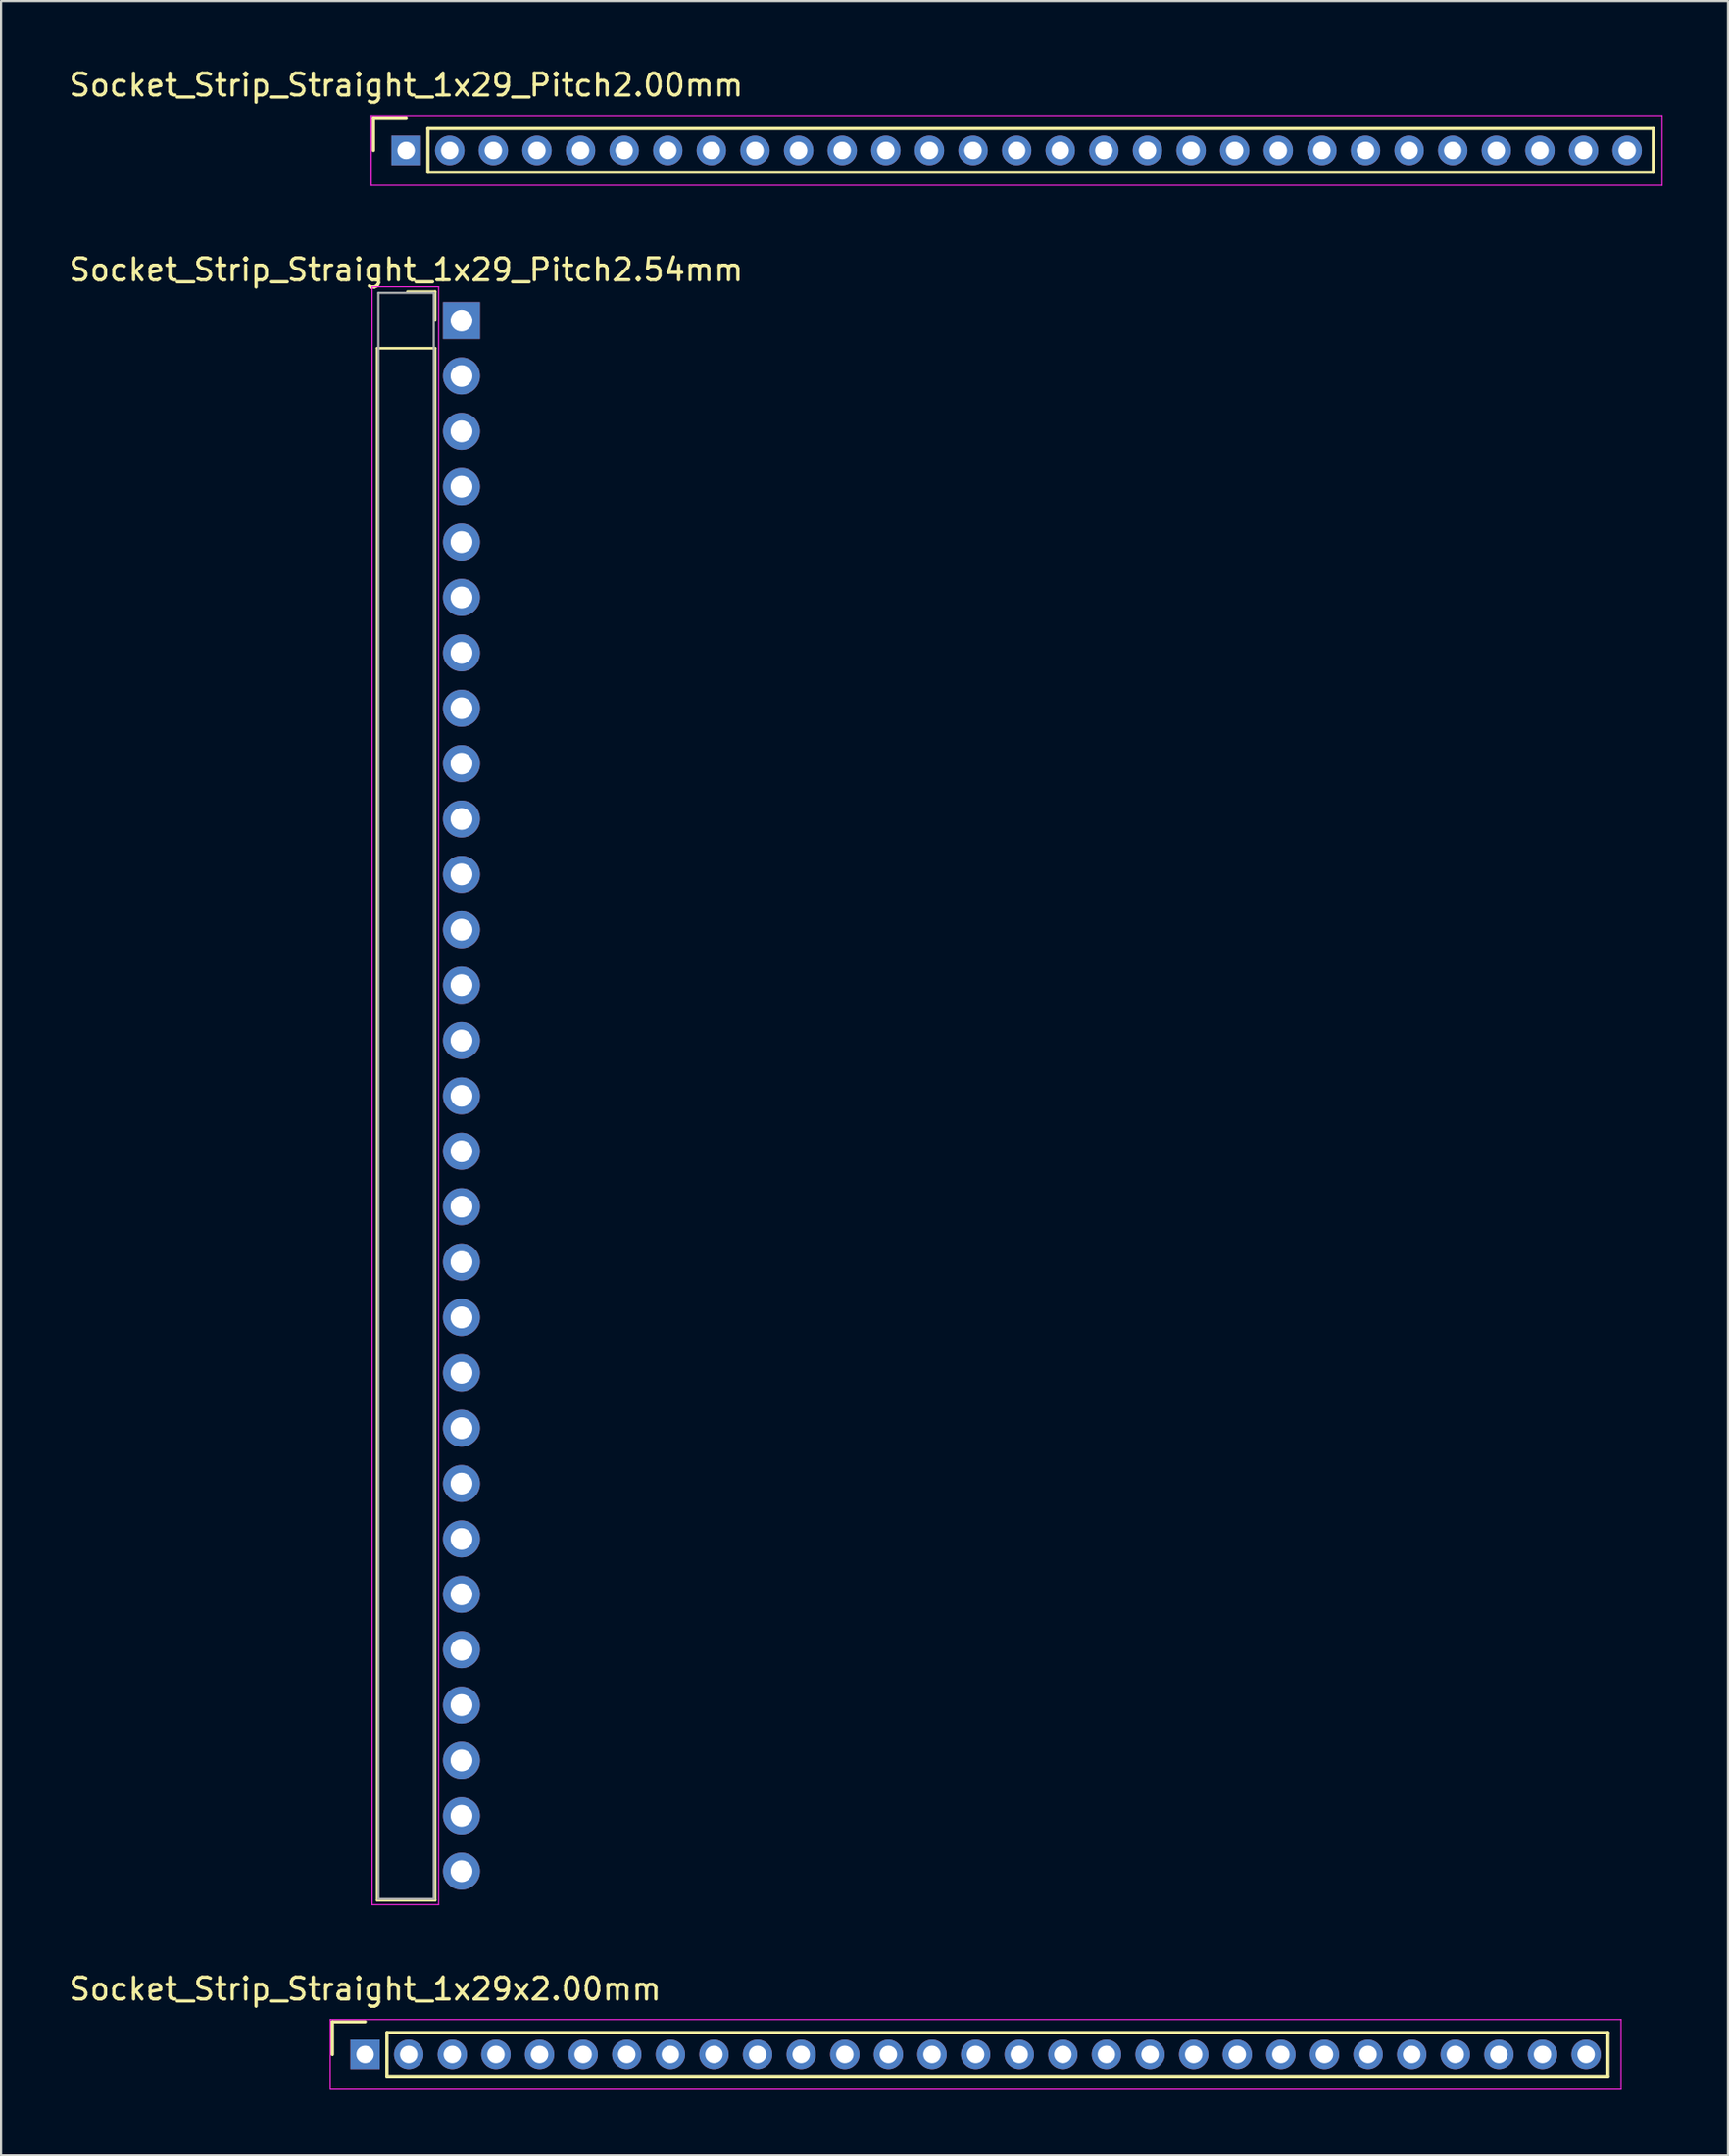
<source format=kicad_pcb>
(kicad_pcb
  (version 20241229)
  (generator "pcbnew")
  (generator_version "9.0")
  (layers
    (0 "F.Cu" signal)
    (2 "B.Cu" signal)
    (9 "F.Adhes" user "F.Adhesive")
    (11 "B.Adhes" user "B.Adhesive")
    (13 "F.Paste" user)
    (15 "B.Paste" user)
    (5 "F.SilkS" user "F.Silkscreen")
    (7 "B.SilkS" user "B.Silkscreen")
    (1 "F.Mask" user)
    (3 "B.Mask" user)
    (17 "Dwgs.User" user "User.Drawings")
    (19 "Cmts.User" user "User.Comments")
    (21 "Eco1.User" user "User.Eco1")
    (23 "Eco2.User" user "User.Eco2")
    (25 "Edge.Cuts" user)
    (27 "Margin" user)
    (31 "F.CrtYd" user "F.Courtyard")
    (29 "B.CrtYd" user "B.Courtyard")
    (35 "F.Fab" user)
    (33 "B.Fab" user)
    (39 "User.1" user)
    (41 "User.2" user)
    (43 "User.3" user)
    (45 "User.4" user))
  (footprint "Socket_Strip_Straight_1x29x2.00mm"
    (layer "F.Cu")
    (at 13.696 91.175)
    (property "Reference" "Socket_Strip_Straight_1x29x2.00mm" (at 0 -3 0) (layer "F.SilkS") (effects (font (size 1 1) (thickness 0.15))))
    (attr through_hole)
    (fp_line (start -1.5 -1.5) (end -1.5 0) (stroke (width 0.15) (type solid)) (layer "F.SilkS"))
    (fp_line (start 0 -1.5) (end -1.5 -1.5) (stroke (width 0.15) (type solid)) (layer "F.SilkS"))
    (fp_line (start 1 -1) (end 1 1) (stroke (width 0.15) (type solid)) (layer "F.SilkS"))
    (fp_line (start 1 1) (end 57 1) (stroke (width 0.15) (type solid)) (layer "F.SilkS"))
    (fp_line (start 57 -1) (end 1 -1) (stroke (width 0.15) (type solid)) (layer "F.SilkS"))
    (fp_line (start 57 1) (end 57 -1) (stroke (width 0.15) (type solid)) (layer "F.SilkS"))
    (fp_line (start -1.6 -1.6) (end -1.6 1.6) (stroke (width 0.05) (type solid)) (layer "F.CrtYd"))
    (fp_line (start -1.6 1.6) (end 57.6 1.6) (stroke (width 0.05) (type solid)) (layer "F.CrtYd"))
    (fp_line (start 57.6 -1.6) (end -1.6 -1.6) (stroke (width 0.05) (type solid)) (layer "F.CrtYd"))
    (fp_line (start 57.6 1.6) (end 57.6 -1.6) (stroke (width 0.05) (type solid)) (layer "F.CrtYd"))
    (pad "1" thru_hole rect (at 0 0) (size 1.35 1.35) (drill 0.8) (layers "*.Cu" "*.Mask"))
    (pad "2" thru_hole circle (at 2 0) (size 1.35 1.35) (drill 0.8) (layers "*.Cu" "*.Mask"))
    (pad "3" thru_hole circle (at 4 0) (size 1.35 1.35) (drill 0.8) (layers "*.Cu" "*.Mask"))
    (pad "4" thru_hole circle (at 6 0) (size 1.35 1.35) (drill 0.8) (layers "*.Cu" "*.Mask"))
    (pad "5" thru_hole circle (at 8 0) (size 1.35 1.35) (drill 0.8) (layers "*.Cu" "*.Mask"))
    (pad "6" thru_hole circle (at 10 0) (size 1.35 1.35) (drill 0.8) (layers "*.Cu" "*.Mask"))
    (pad "7" thru_hole circle (at 12 0) (size 1.35 1.35) (drill 0.8) (layers "*.Cu" "*.Mask"))
    (pad "8" thru_hole circle (at 14 0) (size 1.35 1.35) (drill 0.8) (layers "*.Cu" "*.Mask"))
    (pad "9" thru_hole circle (at 16 0) (size 1.35 1.35) (drill 0.8) (layers "*.Cu" "*.Mask"))
    (pad "10" thru_hole circle (at 18 0) (size 1.35 1.35) (drill 0.8) (layers "*.Cu" "*.Mask"))
    (pad "11" thru_hole circle (at 20 0) (size 1.35 1.35) (drill 0.8) (layers "*.Cu" "*.Mask"))
    (pad "12" thru_hole circle (at 22 0) (size 1.35 1.35) (drill 0.8) (layers "*.Cu" "*.Mask"))
    (pad "13" thru_hole circle (at 24 0) (size 1.35 1.35) (drill 0.8) (layers "*.Cu" "*.Mask"))
    (pad "14" thru_hole circle (at 26 0) (size 1.35 1.35) (drill 0.8) (layers "*.Cu" "*.Mask"))
    (pad "15" thru_hole circle (at 28 0) (size 1.35 1.35) (drill 0.8) (layers "*.Cu" "*.Mask"))
    (pad "16" thru_hole circle (at 30 0) (size 1.35 1.35) (drill 0.8) (layers "*.Cu" "*.Mask"))
    (pad "17" thru_hole circle (at 32 0) (size 1.35 1.35) (drill 0.8) (layers "*.Cu" "*.Mask"))
    (pad "18" thru_hole circle (at 34 0) (size 1.35 1.35) (drill 0.8) (layers "*.Cu" "*.Mask"))
    (pad "19" thru_hole circle (at 36 0) (size 1.35 1.35) (drill 0.8) (layers "*.Cu" "*.Mask"))
    (pad "20" thru_hole circle (at 38 0) (size 1.35 1.35) (drill 0.8) (layers "*.Cu" "*.Mask"))
    (pad "21" thru_hole circle (at 40 0) (size 1.35 1.35) (drill 0.8) (layers "*.Cu" "*.Mask"))
    (pad "22" thru_hole circle (at 42 0) (size 1.35 1.35) (drill 0.8) (layers "*.Cu" "*.Mask"))
    (pad "23" thru_hole circle (at 44 0) (size 1.35 1.35) (drill 0.8) (layers "*.Cu" "*.Mask"))
    (pad "24" thru_hole circle (at 46 0) (size 1.35 1.35) (drill 0.8) (layers "*.Cu" "*.Mask"))
    (pad "25" thru_hole circle (at 48 0) (size 1.35 1.35) (drill 0.8) (layers "*.Cu" "*.Mask"))
    (pad "26" thru_hole circle (at 50 0) (size 1.35 1.35) (drill 0.8) (layers "*.Cu" "*.Mask"))
    (pad "27" thru_hole circle (at 52 0) (size 1.35 1.35) (drill 0.8) (layers "*.Cu" "*.Mask"))
    (pad "28" thru_hole circle (at 54 0) (size 1.35 1.35) (drill 0.8) (layers "*.Cu" "*.Mask"))
    (pad "29" thru_hole circle (at 56 0) (size 1.35 1.35) (drill 0.8) (layers "*.Cu" "*.Mask")))
  (footprint "Socket_Strip_Straight_1x29_Pitch2.00mm"
    (layer "F.Cu")
    (at 15.577 3.848)
    (property "Reference" "Socket_Strip_Straight_1x29_Pitch2.00mm" (at 0 -3 0) (layer "F.SilkS") (effects (font (size 1 1) (thickness 0.15))))
    (attr through_hole)
    (fp_line (start -1.5 -1.5) (end -1.5 0) (stroke (width 0.15) (type solid)) (layer "F.SilkS"))
    (fp_line (start 0 -1.5) (end -1.5 -1.5) (stroke (width 0.15) (type solid)) (layer "F.SilkS"))
    (fp_line (start 1 -1) (end 1 1) (stroke (width 0.15) (type solid)) (layer "F.SilkS"))
    (fp_line (start 1 1) (end 57.2 1) (stroke (width 0.15) (type solid)) (layer "F.SilkS"))
    (fp_line (start 57.2 -1) (end 1 -1) (stroke (width 0.15) (type solid)) (layer "F.SilkS"))
    (fp_line (start 57.2 1) (end 57.2 -1) (stroke (width 0.15) (type solid)) (layer "F.SilkS"))
    (fp_line (start -1.6 -1.6) (end -1.6 1.6) (stroke (width 0.05) (type solid)) (layer "F.CrtYd"))
    (fp_line (start -1.6 1.6) (end 57.6 1.6) (stroke (width 0.05) (type solid)) (layer "F.CrtYd"))
    (fp_line (start 57.6 -1.6) (end -1.6 -1.6) (stroke (width 0.05) (type solid)) (layer "F.CrtYd"))
    (fp_line (start 57.6 1.6) (end 57.6 -1.6) (stroke (width 0.05) (type solid)) (layer "F.CrtYd"))
    (pad "1" thru_hole rect (at 0 0) (size 1.35 1.35) (drill 0.8) (layers "*.Cu" "*.Mask"))
    (pad "2" thru_hole circle (at 2 0) (size 1.35 1.35) (drill 0.8) (layers "*.Cu" "*.Mask"))
    (pad "3" thru_hole circle (at 4 0) (size 1.35 1.35) (drill 0.8) (layers "*.Cu" "*.Mask"))
    (pad "4" thru_hole circle (at 6 0) (size 1.35 1.35) (drill 0.8) (layers "*.Cu" "*.Mask"))
    (pad "5" thru_hole circle (at 8 0) (size 1.35 1.35) (drill 0.8) (layers "*.Cu" "*.Mask"))
    (pad "6" thru_hole circle (at 10 0) (size 1.35 1.35) (drill 0.8) (layers "*.Cu" "*.Mask"))
    (pad "7" thru_hole circle (at 12 0) (size 1.35 1.35) (drill 0.8) (layers "*.Cu" "*.Mask"))
    (pad "8" thru_hole circle (at 14 0) (size 1.35 1.35) (drill 0.8) (layers "*.Cu" "*.Mask"))
    (pad "9" thru_hole circle (at 16 0) (size 1.35 1.35) (drill 0.8) (layers "*.Cu" "*.Mask"))
    (pad "10" thru_hole circle (at 18 0) (size 1.35 1.35) (drill 0.8) (layers "*.Cu" "*.Mask"))
    (pad "11" thru_hole circle (at 20 0) (size 1.35 1.35) (drill 0.8) (layers "*.Cu" "*.Mask"))
    (pad "12" thru_hole circle (at 22 0) (size 1.35 1.35) (drill 0.8) (layers "*.Cu" "*.Mask"))
    (pad "13" thru_hole circle (at 24 0) (size 1.35 1.35) (drill 0.8) (layers "*.Cu" "*.Mask"))
    (pad "14" thru_hole circle (at 26 0) (size 1.35 1.35) (drill 0.8) (layers "*.Cu" "*.Mask"))
    (pad "15" thru_hole circle (at 28 0) (size 1.35 1.35) (drill 0.8) (layers "*.Cu" "*.Mask"))
    (pad "16" thru_hole circle (at 30 0) (size 1.35 1.35) (drill 0.8) (layers "*.Cu" "*.Mask"))
    (pad "17" thru_hole circle (at 32 0) (size 1.35 1.35) (drill 0.8) (layers "*.Cu" "*.Mask"))
    (pad "18" thru_hole circle (at 34 0) (size 1.35 1.35) (drill 0.8) (layers "*.Cu" "*.Mask"))
    (pad "19" thru_hole circle (at 36 0) (size 1.35 1.35) (drill 0.8) (layers "*.Cu" "*.Mask"))
    (pad "20" thru_hole circle (at 38 0) (size 1.35 1.35) (drill 0.8) (layers "*.Cu" "*.Mask"))
    (pad "21" thru_hole circle (at 40 0) (size 1.35 1.35) (drill 0.8) (layers "*.Cu" "*.Mask"))
    (pad "22" thru_hole circle (at 42 0) (size 1.35 1.35) (drill 0.8) (layers "*.Cu" "*.Mask"))
    (pad "23" thru_hole circle (at 44 0) (size 1.35 1.35) (drill 0.8) (layers "*.Cu" "*.Mask"))
    (pad "24" thru_hole circle (at 46 0) (size 1.35 1.35) (drill 0.8) (layers "*.Cu" "*.Mask"))
    (pad "25" thru_hole circle (at 48 0) (size 1.35 1.35) (drill 0.8) (layers "*.Cu" "*.Mask"))
    (pad "26" thru_hole circle (at 50 0) (size 1.35 1.35) (drill 0.8) (layers "*.Cu" "*.Mask"))
    (pad "27" thru_hole circle (at 52 0) (size 1.35 1.35) (drill 0.8) (layers "*.Cu" "*.Mask"))
    (pad "28" thru_hole circle (at 54 0) (size 1.35 1.35) (drill 0.8) (layers "*.Cu" "*.Mask"))
    (pad "29" thru_hole circle (at 56 0) (size 1.35 1.35) (drill 0.8) (layers "*.Cu" "*.Mask")))
  (footprint "Socket_Strip_Straight_1x29_Pitch2.54mm"
    (layer "F.Cu")
    (at 18.117 11.652)
    (property "Reference" "Socket_Strip_Straight_1x29_Pitch2.54mm" (at -2.54 -2.33 0) (layer "F.SilkS") (effects (font (size 1 1) (thickness 0.15))))
    (attr through_hole)
    (fp_line (start -3.87 1.27) (end -3.87 72.45) (stroke (width 0.12) (type solid)) (layer "F.SilkS"))
    (fp_line (start -3.87 72.45) (end -1.21 72.45) (stroke (width 0.12) (type solid)) (layer "F.SilkS"))
    (fp_line (start -1.21 -1.33) (end -2.48 -1.33) (stroke (width 0.12) (type solid)) (layer "F.SilkS"))
    (fp_line (start -1.21 0) (end -1.21 -1.33) (stroke (width 0.12) (type solid)) (layer "F.SilkS"))
    (fp_line (start -1.21 1.27) (end -3.87 1.27) (stroke (width 0.12) (type solid)) (layer "F.SilkS"))
    (fp_line (start -1.21 72.45) (end -1.21 1.27) (stroke (width 0.12) (type solid)) (layer "F.SilkS"))
    (fp_line (start -4.1 -1.55) (end -4.1 72.65) (stroke (width 0.05) (type solid)) (layer "F.CrtYd"))
    (fp_line (start -4.1 72.65) (end -1.05 72.65) (stroke (width 0.05) (type solid)) (layer "F.CrtYd"))
    (fp_line (start -1.05 -1.55) (end -4.1 -1.55) (stroke (width 0.05) (type solid)) (layer "F.CrtYd"))
    (fp_line (start -1.05 72.65) (end -1.05 -1.55) (stroke (width 0.05) (type solid)) (layer "F.CrtYd"))
    (fp_line (start -3.81 -1.27) (end -3.81 72.39) (stroke (width 0.1) (type solid)) (layer "F.Fab"))
    (fp_line (start -3.81 72.39) (end -1.27 72.39) (stroke (width 0.1) (type solid)) (layer "F.Fab"))
    (fp_line (start -1.27 -1.27) (end -3.81 -1.27) (stroke (width 0.1) (type solid)) (layer "F.Fab"))
    (fp_line (start -1.27 72.39) (end -1.27 -1.27) (stroke (width 0.1) (type solid)) (layer "F.Fab"))
    (pad "1" thru_hole rect (at 0 0) (size 1.7 1.7) (drill 1) (layers "*.Cu" "*.Mask"))
    (pad "2" thru_hole oval (at 0 2.54) (size 1.7 1.7) (drill 1) (layers "*.Cu" "*.Mask"))
    (pad "3" thru_hole oval (at 0 5.08) (size 1.7 1.7) (drill 1) (layers "*.Cu" "*.Mask"))
    (pad "4" thru_hole oval (at 0 7.62) (size 1.7 1.7) (drill 1) (layers "*.Cu" "*.Mask"))
    (pad "5" thru_hole oval (at 0 10.16) (size 1.7 1.7) (drill 1) (layers "*.Cu" "*.Mask"))
    (pad "6" thru_hole oval (at 0 12.7) (size 1.7 1.7) (drill 1) (layers "*.Cu" "*.Mask"))
    (pad "7" thru_hole oval (at 0 15.24) (size 1.7 1.7) (drill 1) (layers "*.Cu" "*.Mask"))
    (pad "8" thru_hole oval (at 0 17.78) (size 1.7 1.7) (drill 1) (layers "*.Cu" "*.Mask"))
    (pad "9" thru_hole oval (at 0 20.32) (size 1.7 1.7) (drill 1) (layers "*.Cu" "*.Mask"))
    (pad "10" thru_hole oval (at 0 22.86) (size 1.7 1.7) (drill 1) (layers "*.Cu" "*.Mask"))
    (pad "11" thru_hole oval (at 0 25.4) (size 1.7 1.7) (drill 1) (layers "*.Cu" "*.Mask"))
    (pad "12" thru_hole oval (at 0 27.94) (size 1.7 1.7) (drill 1) (layers "*.Cu" "*.Mask"))
    (pad "13" thru_hole oval (at 0 30.48) (size 1.7 1.7) (drill 1) (layers "*.Cu" "*.Mask"))
    (pad "14" thru_hole oval (at 0 33.02) (size 1.7 1.7) (drill 1) (layers "*.Cu" "*.Mask"))
    (pad "15" thru_hole oval (at 0 35.56) (size 1.7 1.7) (drill 1) (layers "*.Cu" "*.Mask"))
    (pad "16" thru_hole oval (at 0 38.1) (size 1.7 1.7) (drill 1) (layers "*.Cu" "*.Mask"))
    (pad "17" thru_hole oval (at 0 40.64) (size 1.7 1.7) (drill 1) (layers "*.Cu" "*.Mask"))
    (pad "18" thru_hole oval (at 0 43.18) (size 1.7 1.7) (drill 1) (layers "*.Cu" "*.Mask"))
    (pad "19" thru_hole oval (at 0 45.72) (size 1.7 1.7) (drill 1) (layers "*.Cu" "*.Mask"))
    (pad "20" thru_hole oval (at 0 48.26) (size 1.7 1.7) (drill 1) (layers "*.Cu" "*.Mask"))
    (pad "21" thru_hole oval (at 0 50.8) (size 1.7 1.7) (drill 1) (layers "*.Cu" "*.Mask"))
    (pad "22" thru_hole oval (at 0 53.34) (size 1.7 1.7) (drill 1) (layers "*.Cu" "*.Mask"))
    (pad "23" thru_hole oval (at 0 55.88) (size 1.7 1.7) (drill 1) (layers "*.Cu" "*.Mask"))
    (pad "24" thru_hole oval (at 0 58.42) (size 1.7 1.7) (drill 1) (layers "*.Cu" "*.Mask"))
    (pad "25" thru_hole oval (at 0 60.96) (size 1.7 1.7) (drill 1) (layers "*.Cu" "*.Mask"))
    (pad "26" thru_hole oval (at 0 63.5) (size 1.7 1.7) (drill 1) (layers "*.Cu" "*.Mask"))
    (pad "27" thru_hole oval (at 0 66.04) (size 1.7 1.7) (drill 1) (layers "*.Cu" "*.Mask"))
    (pad "28" thru_hole oval (at 0 68.58) (size 1.7 1.7) (drill 1) (layers "*.Cu" "*.Mask"))
    (pad "29" thru_hole oval (at 0 71.12) (size 1.7 1.7) (drill 1) (layers "*.Cu" "*.Mask")))
  (gr_rect
    (start -3 -3)
    (end 76.202 95.8)
    (stroke (width 0.1) (type default))
    (fill no)
    (layer "Edge.Cuts")))
</source>
